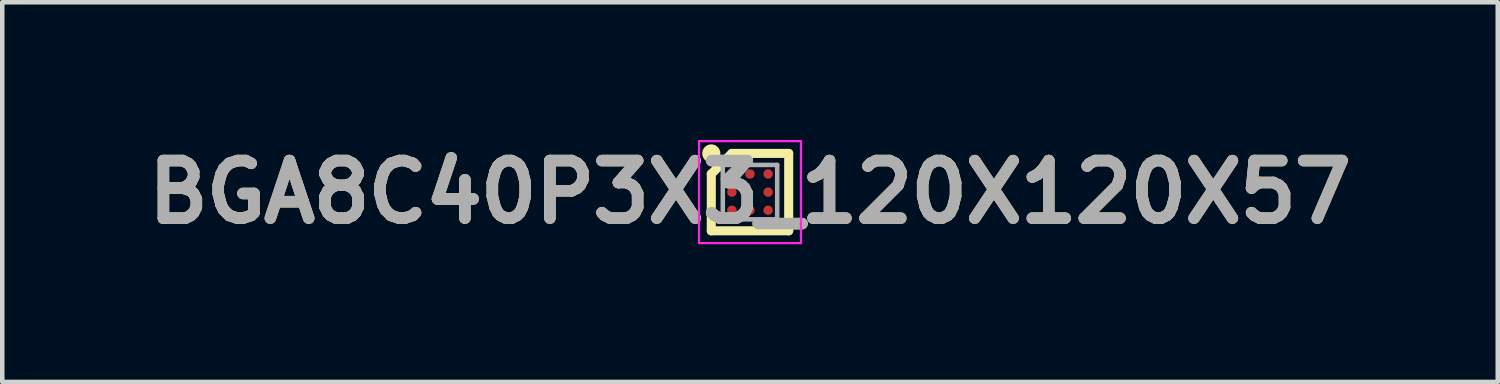
<source format=kicad_pcb>
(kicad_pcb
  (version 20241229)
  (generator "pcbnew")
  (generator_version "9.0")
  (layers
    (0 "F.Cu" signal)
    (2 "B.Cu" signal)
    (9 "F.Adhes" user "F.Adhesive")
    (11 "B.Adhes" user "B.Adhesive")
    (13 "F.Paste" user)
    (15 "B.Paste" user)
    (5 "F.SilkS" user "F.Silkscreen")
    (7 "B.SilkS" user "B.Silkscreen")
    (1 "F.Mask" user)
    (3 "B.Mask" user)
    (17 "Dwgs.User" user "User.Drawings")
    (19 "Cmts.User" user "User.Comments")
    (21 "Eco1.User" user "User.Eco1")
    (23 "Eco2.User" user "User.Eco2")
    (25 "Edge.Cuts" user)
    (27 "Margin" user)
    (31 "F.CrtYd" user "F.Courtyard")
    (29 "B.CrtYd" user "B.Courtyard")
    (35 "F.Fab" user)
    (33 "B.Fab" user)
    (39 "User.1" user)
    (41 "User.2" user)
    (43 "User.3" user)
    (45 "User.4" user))
  (footprint "BGA8C40P3X3_120X120X57"
    (layer "F.Cu")
    (at 13.498 1.189)
    (property "Reference" "BGA8C40P3X3_120X120X57" (at 0 0 0) (layer "F.SilkS") (effects (font (size 1.27 1.27) (thickness 0.254))))
    (attr smd)
    (fp_line (start -0.854 -0.4) (end -0.4 -0.854) (stroke (width 0.2) (type solid)) (layer "F.SilkS"))
    (fp_line (start -0.854 0.854) (end -0.854 -0.4) (stroke (width 0.2) (type solid)) (layer "F.SilkS"))
    (fp_line (start -0.4 -0.854) (end 0.854 -0.854) (stroke (width 0.2) (type solid)) (layer "F.SilkS"))
    (fp_line (start 0.854 -0.854) (end 0.854 0.854) (stroke (width 0.2) (type solid)) (layer "F.SilkS"))
    (fp_line (start 0.854 0.854) (end -0.854 0.854) (stroke (width 0.2) (type solid)) (layer "F.SilkS"))
    (fp_circle (center -0.854 -0.854) (end -0.854 -0.754) (stroke (width 0.2) (type solid)) (fill no) (layer "F.SilkS"))
    (fp_line (start -1.125 -1.125) (end 1.125 -1.125) (stroke (width 0.05) (type solid)) (layer "F.CrtYd"))
    (fp_line (start -1.125 1.125) (end -1.125 -1.125) (stroke (width 0.05) (type solid)) (layer "F.CrtYd"))
    (fp_line (start 1.125 -1.125) (end 1.125 1.125) (stroke (width 0.05) (type solid)) (layer "F.CrtYd"))
    (fp_line (start 1.125 1.125) (end -1.125 1.125) (stroke (width 0.05) (type solid)) (layer "F.CrtYd"))
    (fp_line (start -0.6 -0.6) (end 0.6 -0.6) (stroke (width 0.1) (type solid)) (layer "F.Fab"))
    (fp_line (start -0.6 -0.288) (end -0.288 -0.6) (stroke (width 0.1) (type solid)) (layer "F.Fab"))
    (fp_line (start -0.6 0.6) (end -0.6 -0.6) (stroke (width 0.1) (type solid)) (layer "F.Fab"))
    (fp_line (start 0.6 -0.6) (end 0.6 0.6) (stroke (width 0.1) (type solid)) (layer "F.Fab"))
    (fp_line (start 0.6 0.6) (end -0.6 0.6) (stroke (width 0.1) (type solid)) (layer "F.Fab"))
    (fp_text user "${REFERENCE}" (at 0 0 0) (layer "F.Fab") (effects (font (size 1.27 1.27) (thickness 0.254))))
    (pad "A1" smd circle (at -0.4 -0.4 90) (size 0.208 0.208) (layers "F.Cu" "F.Mask" "F.Paste"))
    (pad "A2" smd circle (at 0 -0.4 90) (size 0.208 0.208) (layers "F.Cu" "F.Mask" "F.Paste"))
    (pad "A3" smd circle (at 0.4 -0.4 90) (size 0.208 0.208) (layers "F.Cu" "F.Mask" "F.Paste"))
    (pad "B1" smd circle (at -0.4 0 90) (size 0.208 0.208) (layers "F.Cu" "F.Mask" "F.Paste"))
    (pad "B3" smd circle (at 0.4 0 90) (size 0.208 0.208) (layers "F.Cu" "F.Mask" "F.Paste"))
    (pad "C1" smd circle (at -0.4 0.4 90) (size 0.208 0.208) (layers "F.Cu" "F.Mask" "F.Paste"))
    (pad "C2" smd circle (at 0 0.4 90) (size 0.208 0.208) (layers "F.Cu" "F.Mask" "F.Paste"))
    (pad "C3" smd circle (at 0.4 0.4 90) (size 0.208 0.208) (layers "F.Cu" "F.Mask" "F.Paste")))
  (gr_rect
    (start -3 -3)
    (end 29.997 5.377)
    (stroke (width 0.1) (type default))
    (fill no)
    (layer "Edge.Cuts")))
</source>
